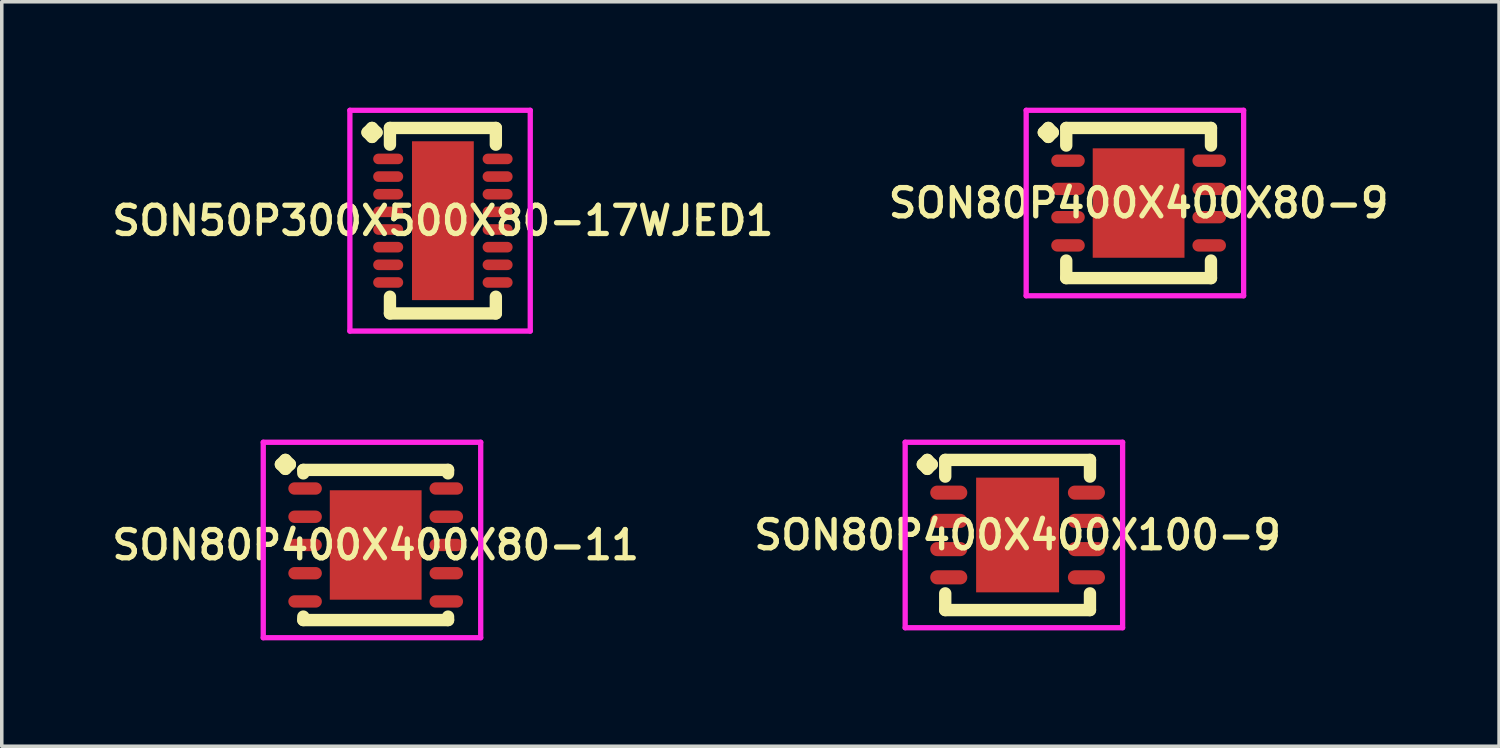
<source format=kicad_pcb>
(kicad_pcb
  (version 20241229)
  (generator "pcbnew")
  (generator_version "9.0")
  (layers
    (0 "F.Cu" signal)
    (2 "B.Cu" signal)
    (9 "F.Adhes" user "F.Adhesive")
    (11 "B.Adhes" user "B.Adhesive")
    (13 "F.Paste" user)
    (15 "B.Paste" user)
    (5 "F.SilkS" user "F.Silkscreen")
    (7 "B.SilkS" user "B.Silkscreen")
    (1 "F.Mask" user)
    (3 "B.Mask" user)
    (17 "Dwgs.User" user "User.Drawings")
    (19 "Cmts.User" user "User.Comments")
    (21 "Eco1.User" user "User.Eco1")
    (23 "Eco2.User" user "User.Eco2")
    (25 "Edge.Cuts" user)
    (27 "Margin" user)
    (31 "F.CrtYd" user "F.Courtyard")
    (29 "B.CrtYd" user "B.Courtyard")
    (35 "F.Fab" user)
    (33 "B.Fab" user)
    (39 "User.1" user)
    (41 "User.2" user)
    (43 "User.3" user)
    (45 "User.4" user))
  (footprint "SON80P400X400X80-9"
    (layer "F.Cu")
    (at 29.206 2.702)
    (property "Reference" "SON80P400X400X80-9" (at 0 0 0) (layer "F.SilkS") (effects (font (size 0.8 0.8) (thickness 0.15))))
    (attr smd)
    (fp_line (start -2.685 -2) (end -2.558 -2.127) (stroke (width 0.35) (type solid)) (layer "F.SilkS"))
    (fp_line (start -2.558 -2.127) (end -2.431 -2) (stroke (width 0.35) (type solid)) (layer "F.SilkS"))
    (fp_line (start -2.558 -1.873) (end -2.685 -2) (stroke (width 0.35) (type solid)) (layer "F.SilkS"))
    (fp_line (start -2.431 -2) (end -2.558 -1.873) (stroke (width 0.35) (type solid)) (layer "F.SilkS"))
    (fp_line (start -2.05 -2.127) (end 2.05 -2.127) (stroke (width 0.35) (type solid)) (layer "F.SilkS"))
    (fp_line (start -2.05 -1.629) (end -2.05 -2.127) (stroke (width 0.35) (type solid)) (layer "F.SilkS"))
    (fp_line (start -2.05 1.629) (end -2.05 2.127) (stroke (width 0.35) (type solid)) (layer "F.SilkS"))
    (fp_line (start -2.05 2.127) (end 2.05 2.127) (stroke (width 0.35) (type solid)) (layer "F.SilkS"))
    (fp_line (start 2.05 -2.127) (end 2.05 -1.629) (stroke (width 0.35) (type solid)) (layer "F.SilkS"))
    (fp_line (start 2.05 2.127) (end 2.05 1.629) (stroke (width 0.35) (type solid)) (layer "F.SilkS"))
    (fp_line (start -3.185 -2.627) (end 2.975 -2.627) (stroke (width 0.15) (type solid)) (layer "F.CrtYd"))
    (fp_line (start -3.185 2.627) (end -3.185 -2.627) (stroke (width 0.15) (type solid)) (layer "F.CrtYd"))
    (fp_line (start 2.975 -2.627) (end 2.975 2.627) (stroke (width 0.15) (type solid)) (layer "F.CrtYd"))
    (fp_line (start 2.975 2.627) (end -3.185 2.627) (stroke (width 0.15) (type solid)) (layer "F.CrtYd"))
    (pad "1" smd oval (at -2 -1.2) (size 0.95 0.35) (layers "F.Cu" "F.Mask" "F.Paste"))
    (pad "2" smd oval (at -2 -0.4) (size 0.95 0.35) (layers "F.Cu" "F.Mask" "F.Paste"))
    (pad "3" smd oval (at -2 0.4) (size 0.95 0.35) (layers "F.Cu" "F.Mask" "F.Paste"))
    (pad "4" smd oval (at -2 1.2) (size 0.95 0.35) (layers "F.Cu" "F.Mask" "F.Paste"))
    (pad "5" smd oval (at 2 1.2) (size 0.95 0.35) (layers "F.Cu" "F.Mask" "F.Paste"))
    (pad "6" smd oval (at 2 0.4) (size 0.95 0.35) (layers "F.Cu" "F.Mask" "F.Paste"))
    (pad "7" smd oval (at 2 -0.4) (size 0.95 0.35) (layers "F.Cu" "F.Mask" "F.Paste"))
    (pad "8" smd oval (at 2 -1.2) (size 0.95 0.35) (layers "F.Cu" "F.Mask" "F.Paste"))
    (pad "9" smd rect (at 0 0) (size 2.6 3.1) (layers "F.Cu" "F.Mask" "F.Paste")))
  (footprint "SON80P400X400X80-11"
    (layer "F.Cu")
    (at 7.593 12.389)
    (property "Reference" "SON80P400X400X80-11" (at 0 0 0) (layer "F.SilkS") (effects (font (size 0.8 0.8) (thickness 0.15))))
    (attr smd)
    (fp_line (start -2.685 -2.283) (end -2.558 -2.41) (stroke (width 0.35) (type solid)) (layer "F.SilkS"))
    (fp_line (start -2.558 -2.41) (end -2.431 -2.283) (stroke (width 0.35) (type solid)) (layer "F.SilkS"))
    (fp_line (start -2.558 -2.156) (end -2.685 -2.283) (stroke (width 0.35) (type solid)) (layer "F.SilkS"))
    (fp_line (start -2.431 -2.283) (end -2.558 -2.156) (stroke (width 0.35) (type solid)) (layer "F.SilkS"))
    (fp_line (start -2.05 -2.127) (end 2.05 -2.127) (stroke (width 0.35) (type solid)) (layer "F.SilkS"))
    (fp_line (start -2.05 -2.029) (end -2.05 -2.127) (stroke (width 0.35) (type solid)) (layer "F.SilkS"))
    (fp_line (start -2.05 2.029) (end -2.05 2.127) (stroke (width 0.35) (type solid)) (layer "F.SilkS"))
    (fp_line (start -2.05 2.127) (end 2.05 2.127) (stroke (width 0.35) (type solid)) (layer "F.SilkS"))
    (fp_line (start 2.05 -2.127) (end 2.05 -2.029) (stroke (width 0.35) (type solid)) (layer "F.SilkS"))
    (fp_line (start 2.05 2.127) (end 2.05 2.029) (stroke (width 0.35) (type solid)) (layer "F.SilkS"))
    (fp_line (start -3.185 -2.91) (end 2.975 -2.91) (stroke (width 0.15) (type solid)) (layer "F.CrtYd"))
    (fp_line (start -3.185 2.627) (end -3.185 -2.91) (stroke (width 0.15) (type solid)) (layer "F.CrtYd"))
    (fp_line (start 2.975 -2.91) (end 2.975 2.627) (stroke (width 0.15) (type solid)) (layer "F.CrtYd"))
    (fp_line (start 2.975 2.627) (end -3.185 2.627) (stroke (width 0.15) (type solid)) (layer "F.CrtYd"))
    (pad "1" smd oval (at -2 -1.6) (size 0.95 0.35) (layers "F.Cu" "F.Mask" "F.Paste"))
    (pad "2" smd oval (at -2 -0.8) (size 0.95 0.35) (layers "F.Cu" "F.Mask" "F.Paste"))
    (pad "3" smd oval (at -2 0) (size 0.95 0.35) (layers "F.Cu" "F.Mask" "F.Paste"))
    (pad "4" smd oval (at -2 0.8) (size 0.95 0.35) (layers "F.Cu" "F.Mask" "F.Paste"))
    (pad "5" smd oval (at -2 1.6) (size 0.95 0.35) (layers "F.Cu" "F.Mask" "F.Paste"))
    (pad "6" smd oval (at 2 1.6) (size 0.95 0.35) (layers "F.Cu" "F.Mask" "F.Paste"))
    (pad "7" smd oval (at 2 0.8) (size 0.95 0.35) (layers "F.Cu" "F.Mask" "F.Paste"))
    (pad "8" smd oval (at 2 0) (size 0.95 0.35) (layers "F.Cu" "F.Mask" "F.Paste"))
    (pad "9" smd oval (at 2 -0.8) (size 0.95 0.35) (layers "F.Cu" "F.Mask" "F.Paste"))
    (pad "10" smd oval (at 2 -1.6) (size 0.95 0.35) (layers "F.Cu" "F.Mask" "F.Paste"))
    (pad "11" smd rect (at 0 0) (size 2.6 3.1) (layers "F.Cu" "F.Mask" "F.Paste")))
  (footprint "SON50P300X500X80-17WJED1"
    (layer "F.Cu")
    (at 9.497 3.202)
    (property "Reference" "SON50P300X500X80-17WJED1" (at 0 0 0) (layer "F.SilkS") (effects (font (size 0.8 0.8) (thickness 0.15))))
    (attr through_hole)
    (fp_line (start -2.135 -2.5) (end -2.008 -2.627) (stroke (width 0.35) (type solid)) (layer "F.SilkS"))
    (fp_line (start -2.008 -2.627) (end -1.881 -2.5) (stroke (width 0.35) (type solid)) (layer "F.SilkS"))
    (fp_line (start -2.008 -2.373) (end -2.135 -2.5) (stroke (width 0.35) (type solid)) (layer "F.SilkS"))
    (fp_line (start -1.881 -2.5) (end -2.008 -2.373) (stroke (width 0.35) (type solid)) (layer "F.SilkS"))
    (fp_line (start -1.5 -2.627) (end 1.5 -2.627) (stroke (width 0.35) (type solid)) (layer "F.SilkS"))
    (fp_line (start -1.5 -2.154) (end -1.5 -2.627) (stroke (width 0.35) (type solid)) (layer "F.SilkS"))
    (fp_line (start -1.5 2.154) (end -1.5 2.627) (stroke (width 0.35) (type solid)) (layer "F.SilkS"))
    (fp_line (start -1.5 2.627) (end 1.5 2.627) (stroke (width 0.35) (type solid)) (layer "F.SilkS"))
    (fp_line (start 1.5 -2.627) (end 1.5 -2.154) (stroke (width 0.35) (type solid)) (layer "F.SilkS"))
    (fp_line (start 1.5 2.627) (end 1.5 2.154) (stroke (width 0.35) (type solid)) (layer "F.SilkS"))
    (fp_line (start -2.635 -3.127) (end 2.475 -3.127) (stroke (width 0.15) (type solid)) (layer "F.CrtYd"))
    (fp_line (start -2.635 3.127) (end -2.635 -3.127) (stroke (width 0.15) (type solid)) (layer "F.CrtYd"))
    (fp_line (start 2.475 -3.127) (end 2.475 3.127) (stroke (width 0.15) (type solid)) (layer "F.CrtYd"))
    (fp_line (start 2.475 3.127) (end -2.635 3.127) (stroke (width 0.15) (type solid)) (layer "F.CrtYd"))
    (pad "1" smd oval (at -1.55 -1.75) (size 0.85 0.3) (layers "F.Cu" "F.Mask" "F.Paste"))
    (pad "2" smd oval (at -1.55 -1.25) (size 0.85 0.3) (layers "F.Cu" "F.Mask" "F.Paste"))
    (pad "3" smd oval (at -1.55 -0.75) (size 0.85 0.3) (layers "F.Cu" "F.Mask" "F.Paste"))
    (pad "4" smd oval (at -1.55 -0.25) (size 0.85 0.3) (layers "F.Cu" "F.Mask" "F.Paste"))
    (pad "5" smd oval (at -1.55 0.25) (size 0.85 0.3) (layers "F.Cu" "F.Mask" "F.Paste"))
    (pad "6" smd oval (at -1.55 0.75) (size 0.85 0.3) (layers "F.Cu" "F.Mask" "F.Paste"))
    (pad "7" smd oval (at -1.55 1.25) (size 0.85 0.3) (layers "F.Cu" "F.Mask" "F.Paste"))
    (pad "8" smd oval (at -1.55 1.75) (size 0.85 0.3) (layers "F.Cu" "F.Mask" "F.Paste"))
    (pad "9" smd oval (at 1.55 1.75) (size 0.85 0.3) (layers "F.Cu" "F.Mask" "F.Paste"))
    (pad "10" smd oval (at 1.55 1.25) (size 0.85 0.3) (layers "F.Cu" "F.Mask" "F.Paste"))
    (pad "11" smd oval (at 1.55 0.75) (size 0.85 0.3) (layers "F.Cu" "F.Mask" "F.Paste"))
    (pad "12" smd oval (at 1.55 0.25) (size 0.85 0.3) (layers "F.Cu" "F.Mask" "F.Paste"))
    (pad "13" smd oval (at 1.55 -0.25) (size 0.85 0.3) (layers "F.Cu" "F.Mask" "F.Paste"))
    (pad "14" smd oval (at 1.55 -0.75) (size 0.85 0.3) (layers "F.Cu" "F.Mask" "F.Paste"))
    (pad "15" smd oval (at 1.55 -1.25) (size 0.85 0.3) (layers "F.Cu" "F.Mask" "F.Paste"))
    (pad "16" smd oval (at 1.55 -1.75) (size 0.85 0.3) (layers "F.Cu" "F.Mask" "F.Paste"))
    (pad "17" smd rect (at 0 0) (size 1.75 4.5) (layers "F.Cu" "F.Mask" "F.Paste")))
  (footprint "SON80P400X400X100-9"
    (layer "F.Cu")
    (at 25.778 12.106)
    (property "Reference" "SON80P400X400X100-9" (at 0 0 0) (layer "F.SilkS") (effects (font (size 0.8 0.8) (thickness 0.15))))
    (attr smd)
    (fp_line (start -2.685 -2) (end -2.558 -2.127) (stroke (width 0.35) (type solid)) (layer "F.SilkS"))
    (fp_line (start -2.558 -2.127) (end -2.431 -2) (stroke (width 0.35) (type solid)) (layer "F.SilkS"))
    (fp_line (start -2.558 -1.873) (end -2.685 -2) (stroke (width 0.35) (type solid)) (layer "F.SilkS"))
    (fp_line (start -2.431 -2) (end -2.558 -1.873) (stroke (width 0.35) (type solid)) (layer "F.SilkS"))
    (fp_line (start -2.05 -2.127) (end 2.05 -2.127) (stroke (width 0.35) (type solid)) (layer "F.SilkS"))
    (fp_line (start -2.05 -1.654) (end -2.05 -2.127) (stroke (width 0.35) (type solid)) (layer "F.SilkS"))
    (fp_line (start -2.05 1.654) (end -2.05 2.127) (stroke (width 0.35) (type solid)) (layer "F.SilkS"))
    (fp_line (start -2.05 2.127) (end 2.05 2.127) (stroke (width 0.35) (type solid)) (layer "F.SilkS"))
    (fp_line (start 2.05 -2.127) (end 2.05 -1.654) (stroke (width 0.35) (type solid)) (layer "F.SilkS"))
    (fp_line (start 2.05 2.127) (end 2.05 1.654) (stroke (width 0.35) (type solid)) (layer "F.SilkS"))
    (fp_line (start -3.185 -2.627) (end 2.975 -2.627) (stroke (width 0.15) (type solid)) (layer "F.CrtYd"))
    (fp_line (start -3.185 2.627) (end -3.185 -2.627) (stroke (width 0.15) (type solid)) (layer "F.CrtYd"))
    (fp_line (start 2.975 -2.627) (end 2.975 2.627) (stroke (width 0.15) (type solid)) (layer "F.CrtYd"))
    (fp_line (start 2.975 2.627) (end -3.185 2.627) (stroke (width 0.15) (type solid)) (layer "F.CrtYd"))
    (pad "1" smd oval (at -1.95 -1.2) (size 1.05 0.4) (layers "F.Cu" "F.Mask" "F.Paste"))
    (pad "2" smd oval (at -1.95 -0.4) (size 1.05 0.4) (layers "F.Cu" "F.Mask" "F.Paste"))
    (pad "3" smd oval (at -1.95 0.4) (size 1.05 0.4) (layers "F.Cu" "F.Mask" "F.Paste"))
    (pad "4" smd oval (at -1.95 1.2) (size 1.05 0.4) (layers "F.Cu" "F.Mask" "F.Paste"))
    (pad "5" smd oval (at 1.95 1.2) (size 1.05 0.4) (layers "F.Cu" "F.Mask" "F.Paste"))
    (pad "6" smd oval (at 1.95 0.4) (size 1.05 0.4) (layers "F.Cu" "F.Mask" "F.Paste"))
    (pad "7" smd oval (at 1.95 -0.4) (size 1.05 0.4) (layers "F.Cu" "F.Mask" "F.Paste"))
    (pad "8" smd oval (at 1.95 -1.2) (size 1.05 0.4) (layers "F.Cu" "F.Mask" "F.Paste"))
    (pad "9" smd rect (at 0 0) (size 2.35 3.25) (layers "F.Cu" "F.Mask" "F.Paste")))
  (gr_rect
    (start -3 -3)
    (end 39.418 18.091)
    (stroke (width 0.1) (type default))
    (fill no)
    (layer "Edge.Cuts")))
</source>
